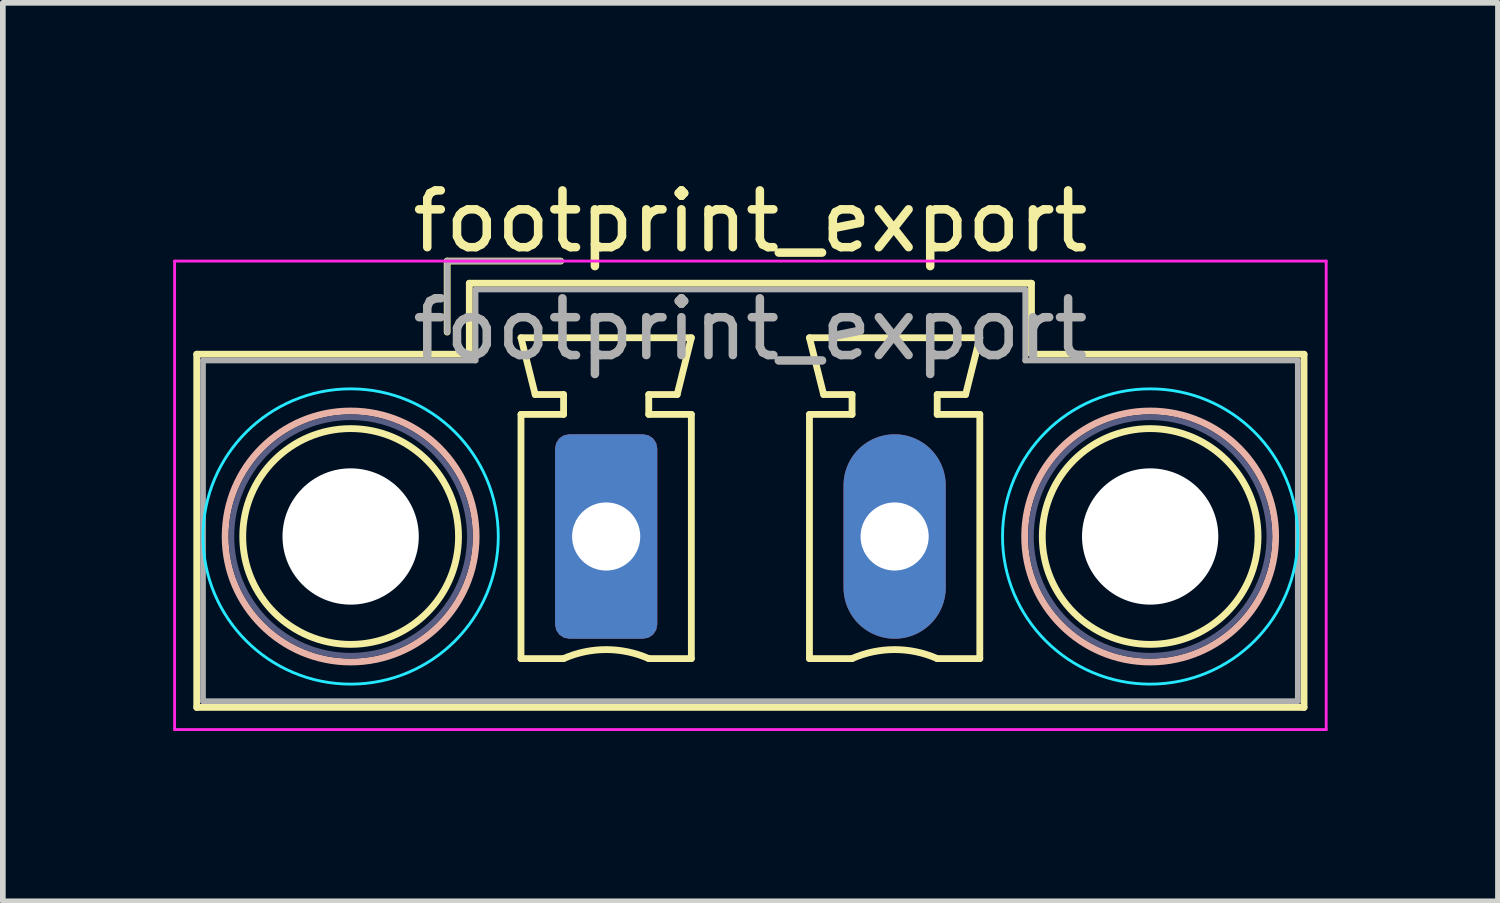
<source format=kicad_pcb>
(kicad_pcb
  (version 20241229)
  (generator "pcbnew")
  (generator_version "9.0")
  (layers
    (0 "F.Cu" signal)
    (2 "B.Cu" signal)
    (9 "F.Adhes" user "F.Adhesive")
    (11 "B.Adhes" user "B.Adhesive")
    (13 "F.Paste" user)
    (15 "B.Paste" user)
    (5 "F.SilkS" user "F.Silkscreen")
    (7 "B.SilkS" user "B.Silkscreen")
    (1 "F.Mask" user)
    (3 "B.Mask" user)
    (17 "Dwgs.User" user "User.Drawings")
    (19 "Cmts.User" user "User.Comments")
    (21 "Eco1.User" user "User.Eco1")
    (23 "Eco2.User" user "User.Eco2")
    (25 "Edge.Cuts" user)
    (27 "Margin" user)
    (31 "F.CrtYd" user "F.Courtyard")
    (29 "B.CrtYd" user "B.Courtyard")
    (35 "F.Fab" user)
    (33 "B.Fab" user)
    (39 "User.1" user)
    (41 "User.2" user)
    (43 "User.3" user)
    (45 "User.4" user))
  (footprint "footprint_export"
    (layer "F.Cu")
    (at 7.625 6.398)
    (property "Reference" "footprint_export" (at 2.54 -5.55 0) (layer "F.SilkS") (effects (font (size 1 1) (thickness 0.15))))
    (attr through_hole)
    (fp_line (start -7.21 -3.21) (end -7.21 3.01) (stroke (width 0.12) (type solid)) (layer "F.SilkS"))
    (fp_line (start -7.21 3.01) (end 12.29 3.01) (stroke (width 0.12) (type solid)) (layer "F.SilkS"))
    (fp_line (start -2.8 -4.85) (end -0.8 -4.85) (stroke (width 0.12) (type solid)) (layer "F.SilkS"))
    (fp_line (start -2.8 -3.6) (end -2.8 -4.85) (stroke (width 0.12) (type solid)) (layer "F.SilkS"))
    (fp_line (start -2.41 -4.46) (end -2.41 -3.21) (stroke (width 0.12) (type solid)) (layer "F.SilkS"))
    (fp_line (start -2.41 -3.21) (end -7.21 -3.21) (stroke (width 0.12) (type solid)) (layer "F.SilkS"))
    (fp_line (start -1.5 -3.5) (end 1.5 -3.5) (stroke (width 0.12) (type solid)) (layer "F.SilkS"))
    (fp_line (start -1.5 -2.15) (end -0.75 -2.15) (stroke (width 0.12) (type solid)) (layer "F.SilkS"))
    (fp_line (start -1.5 2.15) (end -1.5 -2.15) (stroke (width 0.12) (type solid)) (layer "F.SilkS"))
    (fp_line (start -1.25 -2.5) (end -1.5 -3.5) (stroke (width 0.12) (type solid)) (layer "F.SilkS"))
    (fp_line (start -0.75 -2.5) (end -1.25 -2.5) (stroke (width 0.12) (type solid)) (layer "F.SilkS"))
    (fp_line (start -0.75 -2.15) (end -0.75 -2.5) (stroke (width 0.12) (type solid)) (layer "F.SilkS"))
    (fp_line (start -0.75 2.15) (end -1.5 2.15) (stroke (width 0.12) (type solid)) (layer "F.SilkS"))
    (fp_line (start 0.75 -2.5) (end 0.75 -2.15) (stroke (width 0.12) (type solid)) (layer "F.SilkS"))
    (fp_line (start 0.75 -2.15) (end 1.5 -2.15) (stroke (width 0.12) (type solid)) (layer "F.SilkS"))
    (fp_line (start 1.25 -2.5) (end 0.75 -2.5) (stroke (width 0.12) (type solid)) (layer "F.SilkS"))
    (fp_line (start 1.5 -3.5) (end 1.25 -2.5) (stroke (width 0.12) (type solid)) (layer "F.SilkS"))
    (fp_line (start 1.5 -2.15) (end 1.5 2.15) (stroke (width 0.12) (type solid)) (layer "F.SilkS"))
    (fp_line (start 1.5 2.15) (end 0.75 2.15) (stroke (width 0.12) (type solid)) (layer "F.SilkS"))
    (fp_line (start 3.58 -3.5) (end 6.58 -3.5) (stroke (width 0.12) (type solid)) (layer "F.SilkS"))
    (fp_line (start 3.58 -2.15) (end 4.33 -2.15) (stroke (width 0.12) (type solid)) (layer "F.SilkS"))
    (fp_line (start 3.58 2.15) (end 3.58 -2.15) (stroke (width 0.12) (type solid)) (layer "F.SilkS"))
    (fp_line (start 3.83 -2.5) (end 3.58 -3.5) (stroke (width 0.12) (type solid)) (layer "F.SilkS"))
    (fp_line (start 4.33 -2.5) (end 3.83 -2.5) (stroke (width 0.12) (type solid)) (layer "F.SilkS"))
    (fp_line (start 4.33 -2.15) (end 4.33 -2.5) (stroke (width 0.12) (type solid)) (layer "F.SilkS"))
    (fp_line (start 4.33 2.15) (end 3.58 2.15) (stroke (width 0.12) (type solid)) (layer "F.SilkS"))
    (fp_line (start 5.83 -2.5) (end 5.83 -2.15) (stroke (width 0.12) (type solid)) (layer "F.SilkS"))
    (fp_line (start 5.83 -2.15) (end 6.58 -2.15) (stroke (width 0.12) (type solid)) (layer "F.SilkS"))
    (fp_line (start 6.33 -2.5) (end 5.83 -2.5) (stroke (width 0.12) (type solid)) (layer "F.SilkS"))
    (fp_line (start 6.58 -3.5) (end 6.33 -2.5) (stroke (width 0.12) (type solid)) (layer "F.SilkS"))
    (fp_line (start 6.58 -2.15) (end 6.58 2.15) (stroke (width 0.12) (type solid)) (layer "F.SilkS"))
    (fp_line (start 6.58 2.15) (end 5.83 2.15) (stroke (width 0.12) (type solid)) (layer "F.SilkS"))
    (fp_line (start 7.49 -4.46) (end -2.41 -4.46) (stroke (width 0.12) (type solid)) (layer "F.SilkS"))
    (fp_line (start 7.49 -3.21) (end 7.49 -4.46) (stroke (width 0.12) (type solid)) (layer "F.SilkS"))
    (fp_line (start 12.29 -3.21) (end 7.49 -3.21) (stroke (width 0.12) (type solid)) (layer "F.SilkS"))
    (fp_line (start 12.29 3.01) (end 12.29 -3.21) (stroke (width 0.12) (type solid)) (layer "F.SilkS"))
    (fp_arc (start -0.75 2.15) (mid -0.000193 1.99191) (end 0.749647 2.149844) (stroke (width 0.12) (type solid)) (layer "F.SilkS"))
    (fp_arc (start 4.33 2.15) (mid 5.079807 1.99191) (end 5.829647 2.149844) (stroke (width 0.12) (type solid)) (layer "F.SilkS"))
    (fp_circle (center -4.5 0) (end -2.6 0) (stroke (width 0.12) (type solid)) (fill no) (layer "F.SilkS"))
    (fp_circle (center 9.58 0) (end 11.48 0) (stroke (width 0.12) (type solid)) (fill no) (layer "F.SilkS"))
    (fp_circle (center -4.5 0) (end -2.29 0) (stroke (width 0.12) (type solid)) (fill no) (layer "B.SilkS"))
    (fp_circle (center 9.58 0) (end 11.79 0) (stroke (width 0.12) (type solid)) (fill no) (layer "B.SilkS"))
    (fp_circle (center -4.5 0) (end -1.9 0) (stroke (width 0.05) (type solid)) (fill no) (layer "B.CrtYd"))
    (fp_circle (center 9.58 0) (end 12.18 0) (stroke (width 0.05) (type solid)) (fill no) (layer "B.CrtYd"))
    (fp_line (start -7.6 -4.85) (end -7.6 3.4) (stroke (width 0.05) (type solid)) (layer "F.CrtYd"))
    (fp_line (start -7.6 3.4) (end 12.68 3.4) (stroke (width 0.05) (type solid)) (layer "F.CrtYd"))
    (fp_line (start 12.68 -4.85) (end -7.6 -4.85) (stroke (width 0.05) (type solid)) (layer "F.CrtYd"))
    (fp_line (start 12.68 3.4) (end 12.68 -4.85) (stroke (width 0.05) (type solid)) (layer "F.CrtYd"))
    (fp_circle (center -4.5 0) (end -2.4 0) (stroke (width 0.1) (type solid)) (fill no) (layer "B.Fab"))
    (fp_circle (center 9.58 0) (end 11.68 0) (stroke (width 0.1) (type solid)) (fill no) (layer "B.Fab"))
    (fp_line (start -7.1 -3.1) (end -7.1 2.9) (stroke (width 0.1) (type solid)) (layer "F.Fab"))
    (fp_line (start -7.1 2.9) (end 12.18 2.9) (stroke (width 0.1) (type solid)) (layer "F.Fab"))
    (fp_line (start -2.8 -4.85) (end -0.8 -4.85) (stroke (width 0.1) (type solid)) (layer "F.Fab"))
    (fp_line (start -2.8 -3.6) (end -2.8 -4.85) (stroke (width 0.1) (type solid)) (layer "F.Fab"))
    (fp_line (start -2.3 -4.35) (end -2.3 -3.1) (stroke (width 0.1) (type solid)) (layer "F.Fab"))
    (fp_line (start -2.3 -3.1) (end -7.1 -3.1) (stroke (width 0.1) (type solid)) (layer "F.Fab"))
    (fp_line (start 7.38 -4.35) (end -2.3 -4.35) (stroke (width 0.1) (type solid)) (layer "F.Fab"))
    (fp_line (start 7.38 -3.1) (end 7.38 -4.35) (stroke (width 0.1) (type solid)) (layer "F.Fab"))
    (fp_line (start 12.18 -3.1) (end 7.38 -3.1) (stroke (width 0.1) (type solid)) (layer "F.Fab"))
    (fp_line (start 12.18 2.9) (end 12.18 -3.1) (stroke (width 0.1) (type solid)) (layer "F.Fab"))
    (fp_text user "${REFERENCE}" (at 2.54 -3.65 0) (layer "F.Fab") (effects (font (size 1 1) (thickness 0.15))))
    (pad "" np_thru_hole circle (at -4.5 0) (size 2.4 2.4) (drill 2.4) (layers "*.Cu" "*.Mask"))
    (pad "" np_thru_hole circle (at 9.58 0) (size 2.4 2.4) (drill 2.4) (layers "*.Cu" "*.Mask"))
    (pad "1" thru_hole roundrect (at 0 0) (size 1.8 3.6) (drill 1.2) (layers "*.Cu" "*.Mask") (roundrect_rratio 0.139))
    (pad "2" thru_hole oval (at 5.08 0) (size 1.8 3.6) (drill 1.2) (layers "*.Cu" "*.Mask")))
  (gr_rect
    (start -3 -3)
    (end 23.33 12.823)
    (stroke (width 0.1) (type default))
    (fill no)
    (layer "Edge.Cuts")))
</source>
